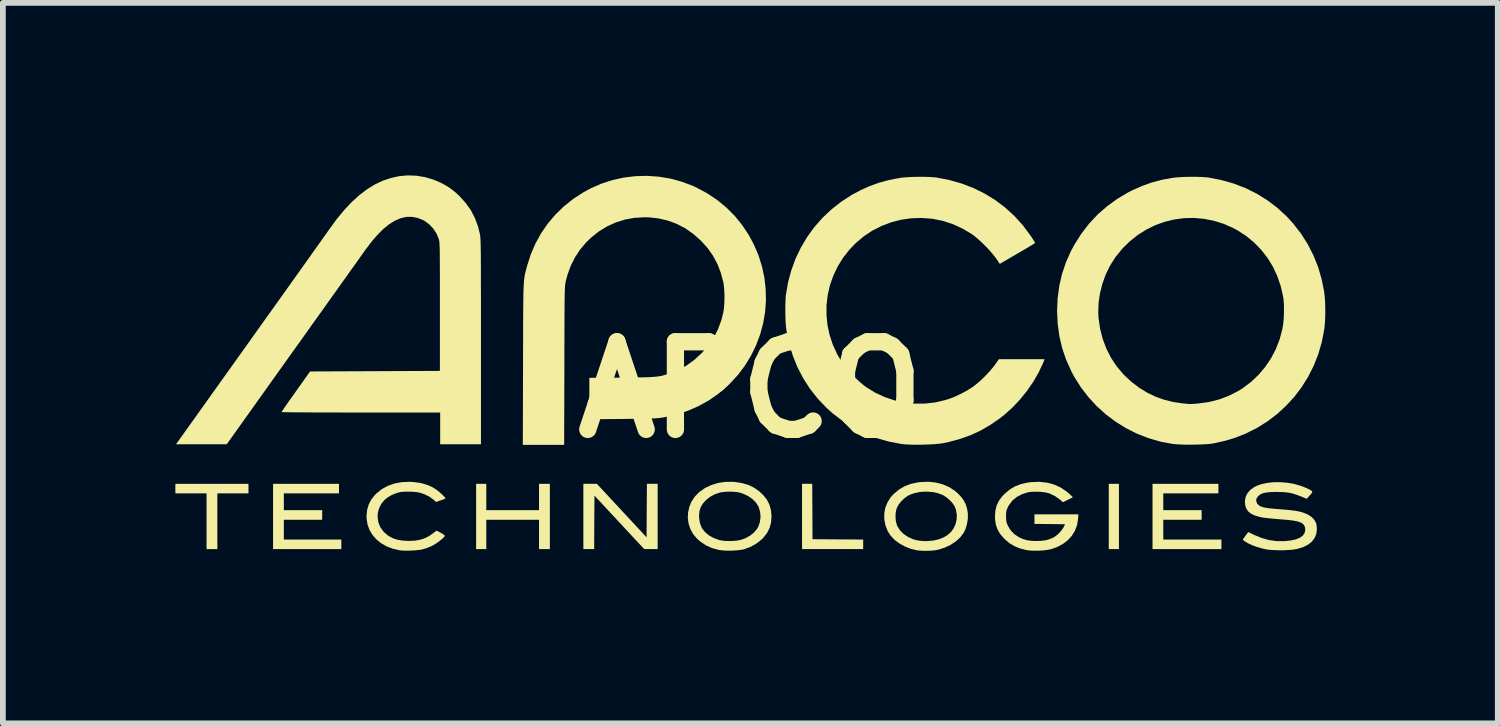
<source format=kicad_pcb>
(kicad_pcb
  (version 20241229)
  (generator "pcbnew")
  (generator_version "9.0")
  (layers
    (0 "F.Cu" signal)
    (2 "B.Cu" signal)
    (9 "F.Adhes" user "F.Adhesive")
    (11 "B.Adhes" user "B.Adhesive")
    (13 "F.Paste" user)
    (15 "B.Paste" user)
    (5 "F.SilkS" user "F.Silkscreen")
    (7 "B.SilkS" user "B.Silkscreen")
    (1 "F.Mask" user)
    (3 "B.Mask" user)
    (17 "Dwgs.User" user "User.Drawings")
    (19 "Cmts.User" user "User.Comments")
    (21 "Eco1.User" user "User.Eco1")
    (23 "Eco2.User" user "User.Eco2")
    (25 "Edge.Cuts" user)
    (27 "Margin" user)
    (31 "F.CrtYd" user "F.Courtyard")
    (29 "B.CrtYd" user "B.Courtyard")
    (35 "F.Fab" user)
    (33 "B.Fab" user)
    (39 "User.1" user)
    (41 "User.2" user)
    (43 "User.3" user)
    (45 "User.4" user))
  (footprint "APCO"
    (layer "F.Cu")
    (at 10.002 3.728)
    (property "Reference" "APCO" (at 0 0 0) (layer "F.SilkS") (effects (font (size 1.524 1.524) (thickness 0.3))))
    (attr board_only exclude_from_pos_files exclude_from_bom)
    (fp_poly (pts (xy 6.407 2.771) (xy 6.23 2.771) (xy 6.23 1.636) (xy 6.407 1.636)) (stroke (width 0) (type solid)) (fill yes) (layer "F.SilkS"))
    (fp_poly (pts (xy -8.731 1.802) (xy -9.272 1.802) (xy -9.272 2.771) (xy -9.46 2.771) (xy -9.46 1.802) (xy -10.002 1.802) (xy -10.002 1.636) (xy -8.731 1.636)) (stroke (width 0) (type solid)) (fill yes) (layer "F.SilkS"))
    (fp_poly (pts (xy 1.076 2.118) (xy 1.078 2.599) (xy 1.518 2.602) (xy 1.959 2.605) (xy 1.959 2.771) (xy 0.896 2.771) (xy 0.896 1.636) (xy 1.073 1.636)) (stroke (width 0) (type solid)) (fill yes) (layer "F.SilkS"))
    (fp_poly (pts (xy -7.157 1.802) (xy -8.116 1.802) (xy -8.116 2.094) (xy -7.449 2.094) (xy -7.449 2.261) (xy -8.116 2.261) (xy -8.116 2.605) (xy -7.116 2.605) (xy -7.116 2.771) (xy -8.303 2.771) (xy -8.303 1.636) (xy -7.157 1.636)) (stroke (width 0) (type solid)) (fill yes) (layer "F.SilkS"))
    (fp_poly (pts (xy -4.595 2.094) (xy -3.678 2.094) (xy -3.678 1.636) (xy -3.49 1.636) (xy -3.49 2.771) (xy -3.678 2.771) (xy -3.678 2.261) (xy -4.595 2.261) (xy -4.595 2.771) (xy -4.772 2.771) (xy -4.772 1.636) (xy -4.595 1.636)) (stroke (width 0) (type solid)) (fill yes) (layer "F.SilkS"))
    (fp_poly (pts (xy 8.137 1.802) (xy 7.178 1.802) (xy 7.178 2.094) (xy 7.845 2.094) (xy 7.845 2.261) (xy 7.178 2.261) (xy 7.178 2.605) (xy 8.189 2.605) (xy 8.189 2.771) (xy 6.991 2.771) (xy 6.991 1.636) (xy 8.137 1.636)) (stroke (width 0) (type solid)) (fill yes) (layer "F.SilkS"))
    (fp_poly (pts (xy -2.24 2.101) (xy -1.808 2.566) (xy -1.802 1.636) (xy -1.615 1.636) (xy -1.615 2.771) (xy -1.849 2.771) (xy -2.282 2.306) (xy -2.714 1.841) (xy -2.717 2.306) (xy -2.719 2.771) (xy -2.907 2.771) (xy -2.907 1.636) (xy -2.672 1.636)) (stroke (width 0) (type solid)) (fill yes) (layer "F.SilkS"))
    (fp_poly (pts (xy -5.855 1.605) (xy -5.731 1.623) (xy -5.622 1.654) (xy -5.524 1.699) (xy -5.434 1.759) (xy -5.379 1.807) (xy -5.346 1.839) (xy -5.321 1.865) (xy -5.306 1.883) (xy -5.304 1.89) (xy -5.315 1.896) (xy -5.342 1.906) (xy -5.378 1.92) (xy -5.389 1.924) (xy -5.468 1.951) (xy -5.518 1.908) (xy -5.584 1.86) (xy -5.663 1.82) (xy -5.748 1.791) (xy -5.769 1.786) (xy -5.824 1.778) (xy -5.891 1.773) (xy -5.962 1.772) (xy -6.03 1.774) (xy -6.088 1.779) (xy -6.107 1.783) (xy -6.174 1.803) (xy -6.245 1.834) (xy -6.31 1.872) (xy -6.363 1.914) (xy -6.364 1.915) (xy -6.421 1.984) (xy -6.46 2.061) (xy -6.482 2.142) (xy -6.485 2.226) (xy -6.471 2.308) (xy -6.44 2.387) (xy -6.39 2.458) (xy -6.362 2.487) (xy -6.295 2.542) (xy -6.221 2.582) (xy -6.138 2.609) (xy -6.042 2.624) (xy -5.938 2.629) (xy -5.835 2.624) (xy -5.746 2.609) (xy -5.666 2.583) (xy -5.59 2.544) (xy -5.529 2.502) (xy -5.459 2.449) (xy -5.386 2.488) (xy -5.347 2.511) (xy -5.323 2.529) (xy -5.316 2.542) (xy -5.327 2.559) (xy -5.351 2.584) (xy -5.386 2.613) (xy -5.428 2.645) (xy -5.473 2.676) (xy -5.517 2.703) (xy -5.548 2.719) (xy -5.598 2.741) (xy -5.654 2.761) (xy -5.704 2.775) (xy -5.709 2.777) (xy -5.764 2.786) (xy -5.833 2.793) (xy -5.908 2.797) (xy -5.982 2.799) (xy -6.049 2.797) (xy -6.1 2.792) (xy -6.22 2.765) (xy -6.328 2.724) (xy -6.424 2.669) (xy -6.507 2.602) (xy -6.575 2.524) (xy -6.626 2.437) (xy -6.661 2.341) (xy -6.677 2.237) (xy -6.678 2.199) (xy -6.668 2.093) (xy -6.641 1.997) (xy -6.595 1.909) (xy -6.53 1.827) (xy -6.501 1.799) (xy -6.409 1.726) (xy -6.305 1.67) (xy -6.19 1.63) (xy -6.065 1.607) (xy -5.931 1.601)) (stroke (width 0) (type solid)) (fill yes) (layer "F.SilkS"))
    (fp_poly (pts (xy 3.22 1.613) (xy 3.341 1.644) (xy 3.452 1.692) (xy 3.553 1.757) (xy 3.616 1.813) (xy 3.673 1.875) (xy 3.714 1.935) (xy 3.745 2.001) (xy 3.767 2.073) (xy 3.78 2.155) (xy 3.779 2.244) (xy 3.765 2.334) (xy 3.74 2.419) (xy 3.707 2.488) (xy 3.647 2.567) (xy 3.571 2.637) (xy 3.48 2.697) (xy 3.379 2.745) (xy 3.27 2.78) (xy 3.209 2.792) (xy 3.156 2.797) (xy 3.091 2.8) (xy 3.022 2.801) (xy 2.957 2.798) (xy 2.903 2.793) (xy 2.895 2.792) (xy 2.786 2.766) (xy 2.683 2.725) (xy 2.589 2.673) (xy 2.506 2.611) (xy 2.438 2.54) (xy 2.388 2.463) (xy 2.387 2.461) (xy 2.347 2.361) (xy 2.327 2.258) (xy 2.326 2.201) (xy 2.521 2.201) (xy 2.526 2.277) (xy 2.543 2.346) (xy 2.556 2.377) (xy 2.601 2.448) (xy 2.664 2.51) (xy 2.741 2.561) (xy 2.828 2.6) (xy 2.908 2.621) (xy 2.992 2.631) (xy 3.083 2.631) (xy 3.174 2.623) (xy 3.255 2.606) (xy 3.277 2.599) (xy 3.351 2.571) (xy 3.411 2.537) (xy 3.464 2.494) (xy 3.482 2.477) (xy 3.531 2.412) (xy 3.566 2.336) (xy 3.585 2.254) (xy 3.587 2.17) (xy 3.573 2.088) (xy 3.545 2.018) (xy 3.511 1.97) (xy 3.465 1.92) (xy 3.411 1.874) (xy 3.357 1.838) (xy 3.34 1.829) (xy 3.252 1.797) (xy 3.155 1.778) (xy 3.053 1.771) (xy 2.952 1.777) (xy 2.856 1.796) (xy 2.769 1.827) (xy 2.731 1.847) (xy 2.673 1.889) (xy 2.619 1.942) (xy 2.574 1.999) (xy 2.544 2.056) (xy 2.542 2.06) (xy 2.526 2.126) (xy 2.521 2.201) (xy 2.326 2.201) (xy 2.326 2.156) (xy 2.343 2.056) (xy 2.38 1.962) (xy 2.434 1.874) (xy 2.488 1.814) (xy 2.579 1.737) (xy 2.678 1.679) (xy 2.788 1.637) (xy 2.91 1.611) (xy 2.952 1.606) (xy 3.09 1.6)) (stroke (width 0) (type solid)) (fill yes) (layer "F.SilkS"))
    (fp_poly (pts (xy 5.157 1.616) (xy 5.279 1.648) (xy 5.392 1.7) (xy 5.497 1.77) (xy 5.54 1.807) (xy 5.607 1.869) (xy 5.434 1.956) (xy 5.388 1.916) (xy 5.3 1.852) (xy 5.201 1.804) (xy 5.19 1.801) (xy 5.137 1.787) (xy 5.071 1.778) (xy 4.997 1.773) (xy 4.924 1.773) (xy 4.857 1.778) (xy 4.813 1.786) (xy 4.712 1.82) (xy 4.625 1.868) (xy 4.553 1.929) (xy 4.497 2.002) (xy 4.477 2.039) (xy 4.46 2.076) (xy 4.45 2.107) (xy 4.445 2.139) (xy 4.444 2.181) (xy 4.444 2.203) (xy 4.445 2.252) (xy 4.449 2.288) (xy 4.457 2.32) (xy 4.471 2.355) (xy 4.477 2.368) (xy 4.525 2.446) (xy 4.589 2.512) (xy 4.667 2.564) (xy 4.679 2.57) (xy 4.741 2.597) (xy 4.801 2.615) (xy 4.866 2.625) (xy 4.942 2.63) (xy 4.98 2.63) (xy 5.069 2.626) (xy 5.144 2.615) (xy 5.212 2.595) (xy 5.265 2.571) (xy 5.312 2.541) (xy 5.361 2.498) (xy 5.405 2.45) (xy 5.438 2.402) (xy 5.444 2.392) (xy 5.47 2.339) (xy 5.204 2.336) (xy 4.938 2.333) (xy 4.938 2.167) (xy 5.702 2.167) (xy 5.696 2.249) (xy 5.678 2.355) (xy 5.641 2.453) (xy 5.587 2.541) (xy 5.516 2.618) (xy 5.429 2.684) (xy 5.327 2.737) (xy 5.229 2.772) (xy 5.17 2.784) (xy 5.098 2.793) (xy 5.018 2.798) (xy 4.937 2.799) (xy 4.862 2.796) (xy 4.8 2.788) (xy 4.798 2.788) (xy 4.684 2.759) (xy 4.586 2.718) (xy 4.498 2.665) (xy 4.417 2.595) (xy 4.412 2.59) (xy 4.345 2.513) (xy 4.298 2.435) (xy 4.267 2.352) (xy 4.253 2.259) (xy 4.251 2.203) (xy 4.258 2.104) (xy 4.279 2.016) (xy 4.317 1.935) (xy 4.373 1.858) (xy 4.416 1.812) (xy 4.504 1.738) (xy 4.6 1.68) (xy 4.707 1.639) (xy 4.826 1.613) (xy 4.884 1.606) (xy 5.025 1.601)) (stroke (width 0) (type solid)) (fill yes) (layer "F.SilkS"))
    (fp_poly (pts (xy -0.271 1.604) (xy -0.146 1.624) (xy -0.036 1.656) (xy 0.061 1.703) (xy 0.15 1.765) (xy 0.22 1.83) (xy 0.284 1.91) (xy 0.328 1.996) (xy 0.355 2.091) (xy 0.365 2.196) (xy 0.365 2.203) (xy 0.357 2.308) (xy 0.332 2.402) (xy 0.289 2.488) (xy 0.227 2.569) (xy 0.192 2.604) (xy 0.104 2.674) (xy 0.005 2.73) (xy -0.101 2.77) (xy -0.125 2.777) (xy -0.183 2.787) (xy -0.255 2.794) (xy -0.333 2.798) (xy -0.413 2.798) (xy -0.486 2.794) (xy -0.545 2.787) (xy -0.546 2.787) (xy -0.668 2.754) (xy -0.778 2.704) (xy -0.877 2.637) (xy -0.933 2.587) (xy -0.999 2.508) (xy -1.047 2.42) (xy -1.077 2.327) (xy -1.091 2.231) (xy -1.088 2.18) (xy -0.895 2.18) (xy -0.891 2.259) (xy -0.875 2.335) (xy -0.847 2.402) (xy -0.839 2.416) (xy -0.788 2.479) (xy -0.721 2.534) (xy -0.641 2.578) (xy -0.552 2.611) (xy -0.508 2.621) (xy -0.446 2.629) (xy -0.374 2.631) (xy -0.299 2.629) (xy -0.228 2.622) (xy -0.17 2.611) (xy -0.168 2.611) (xy -0.083 2.58) (xy -0.006 2.536) (xy 0.06 2.483) (xy 0.112 2.422) (xy 0.134 2.384) (xy 0.163 2.301) (xy 0.174 2.212) (xy 0.167 2.124) (xy 0.142 2.04) (xy 0.135 2.025) (xy 0.093 1.961) (xy 0.034 1.902) (xy -0.038 1.851) (xy -0.12 1.811) (xy -0.192 1.787) (xy -0.247 1.778) (xy -0.315 1.773) (xy -0.388 1.772) (xy -0.458 1.776) (xy -0.519 1.785) (xy -0.53 1.787) (xy -0.62 1.817) (xy -0.702 1.861) (xy -0.774 1.918) (xy -0.832 1.984) (xy -0.865 2.039) (xy -0.886 2.104) (xy -0.895 2.18) (xy -1.088 2.18) (xy -1.086 2.133) (xy -1.065 2.038) (xy -1.027 1.946) (xy -0.972 1.862) (xy -0.9 1.787) (xy -0.888 1.776) (xy -0.79 1.708) (xy -0.68 1.656) (xy -0.56 1.62) (xy -0.435 1.602) (xy -0.305 1.601)) (stroke (width 0) (type solid)) (fill yes) (layer "F.SilkS"))
    (fp_poly (pts (xy 9.34 1.618) (xy 9.458 1.639) (xy 9.571 1.671) (xy 9.663 1.708) (xy 9.714 1.732) (xy 9.747 1.75) (xy 9.765 1.765) (xy 9.769 1.78) (xy 9.76 1.797) (xy 9.741 1.821) (xy 9.727 1.836) (xy 9.672 1.896) (xy 9.582 1.859) (xy 9.506 1.83) (xy 9.441 1.808) (xy 9.379 1.793) (xy 9.316 1.784) (xy 9.245 1.779) (xy 9.159 1.777) (xy 9.158 1.777) (xy 9.07 1.778) (xy 9 1.783) (xy 8.944 1.791) (xy 8.899 1.804) (xy 8.862 1.823) (xy 8.83 1.848) (xy 8.828 1.85) (xy 8.801 1.887) (xy 8.793 1.928) (xy 8.805 1.968) (xy 8.815 1.984) (xy 8.833 2.003) (xy 8.854 2.019) (xy 8.882 2.033) (xy 8.918 2.044) (xy 8.964 2.053) (xy 9.024 2.062) (xy 9.1 2.069) (xy 9.193 2.077) (xy 9.212 2.079) (xy 9.304 2.086) (xy 9.378 2.093) (xy 9.438 2.1) (xy 9.488 2.107) (xy 9.531 2.115) (xy 9.571 2.125) (xy 9.597 2.132) (xy 9.681 2.164) (xy 9.749 2.206) (xy 9.8 2.255) (xy 9.833 2.312) (xy 9.836 2.319) (xy 9.843 2.352) (xy 9.848 2.395) (xy 9.849 2.427) (xy 9.839 2.508) (xy 9.809 2.579) (xy 9.762 2.641) (xy 9.697 2.693) (xy 9.615 2.735) (xy 9.515 2.766) (xy 9.487 2.772) (xy 9.428 2.781) (xy 9.355 2.787) (xy 9.273 2.791) (xy 9.188 2.791) (xy 9.105 2.789) (xy 9.031 2.784) (xy 8.973 2.777) (xy 8.886 2.757) (xy 8.801 2.732) (xy 8.721 2.702) (xy 8.651 2.67) (xy 8.597 2.637) (xy 8.585 2.628) (xy 8.559 2.607) (xy 8.588 2.567) (xy 8.61 2.536) (xy 8.631 2.508) (xy 8.636 2.501) (xy 8.656 2.475) (xy 8.758 2.524) (xy 8.89 2.578) (xy 9.017 2.614) (xy 9.146 2.632) (xy 9.279 2.633) (xy 9.296 2.632) (xy 9.398 2.621) (xy 9.483 2.602) (xy 9.552 2.574) (xy 9.602 2.538) (xy 9.634 2.495) (xy 9.647 2.445) (xy 9.647 2.436) (xy 9.643 2.393) (xy 9.629 2.359) (xy 9.604 2.33) (xy 9.566 2.308) (xy 9.513 2.29) (xy 9.444 2.276) (xy 9.356 2.265) (xy 9.313 2.261) (xy 9.213 2.253) (xy 9.131 2.246) (xy 9.064 2.24) (xy 9.011 2.235) (xy 8.969 2.23) (xy 8.935 2.226) (xy 8.907 2.222) (xy 8.883 2.217) (xy 8.865 2.214) (xy 8.778 2.19) (xy 8.709 2.159) (xy 8.658 2.119) (xy 8.623 2.069) (xy 8.605 2.019) (xy 8.597 1.943) (xy 8.608 1.871) (xy 8.638 1.805) (xy 8.687 1.746) (xy 8.752 1.697) (xy 8.791 1.676) (xy 8.881 1.642) (xy 8.986 1.62) (xy 9.099 1.608) (xy 9.219 1.608)) (stroke (width 0) (type solid)) (fill yes) (layer "F.SilkS"))
    (fp_poly (pts (xy -5.809 -3.722) (xy -5.657 -3.697) (xy -5.508 -3.652) (xy -5.383 -3.598) (xy -5.299 -3.553) (xy -5.226 -3.507) (xy -5.157 -3.454) (xy -5.085 -3.39) (xy -5.066 -3.372) (xy -4.957 -3.253) (xy -4.866 -3.126) (xy -4.794 -2.988) (xy -4.739 -2.84) (xy -4.709 -2.72) (xy -4.707 -2.707) (xy -4.704 -2.693) (xy -4.702 -2.678) (xy -4.7 -2.661) (xy -4.698 -2.641) (xy -4.697 -2.617) (xy -4.695 -2.587) (xy -4.694 -2.552) (xy -4.693 -2.51) (xy -4.692 -2.459) (xy -4.691 -2.4) (xy -4.69 -2.33) (xy -4.69 -2.25) (xy -4.689 -2.158) (xy -4.689 -2.053) (xy -4.689 -1.934) (xy -4.689 -1.8) (xy -4.688 -1.651) (xy -4.688 -1.485) (xy -4.688 -1.3) (xy -4.688 -1.098) (xy -4.688 -0.875) (xy -4.688 0.948) (xy -5.397 0.948) (xy -5.397 0.396) (xy -6.777 0.396) (xy -6.945 0.396) (xy -7.107 0.396) (xy -7.262 0.395) (xy -7.408 0.395) (xy -7.545 0.395) (xy -7.672 0.394) (xy -7.786 0.393) (xy -7.888 0.393) (xy -7.975 0.392) (xy -8.046 0.391) (xy -8.101 0.39) (xy -8.138 0.389) (xy -8.156 0.388) (xy -8.157 0.388) (xy -8.151 0.378) (xy -8.134 0.353) (xy -8.108 0.315) (xy -8.073 0.265) (xy -8.032 0.205) (xy -7.984 0.138) (xy -7.932 0.065) (xy -7.908 0.031) (xy -7.66 -0.318) (xy -6.531 -0.323) (xy -5.402 -0.328) (xy -5.402 -1.443) (xy -5.402 -1.62) (xy -5.402 -1.778) (xy -5.402 -1.917) (xy -5.402 -2.039) (xy -5.403 -2.145) (xy -5.403 -2.236) (xy -5.404 -2.314) (xy -5.404 -2.38) (xy -5.405 -2.434) (xy -5.406 -2.479) (xy -5.408 -2.515) (xy -5.409 -2.544) (xy -5.411 -2.567) (xy -5.413 -2.585) (xy -5.416 -2.599) (xy -5.418 -2.611) (xy -5.421 -2.62) (xy -5.461 -2.717) (xy -5.518 -2.804) (xy -5.589 -2.878) (xy -5.672 -2.938) (xy -5.698 -2.952) (xy -5.792 -2.989) (xy -5.888 -3.007) (xy -5.984 -3.006) (xy -6.08 -2.985) (xy -6.178 -2.944) (xy -6.278 -2.883) (xy -6.379 -2.802) (xy -6.482 -2.7) (xy -6.588 -2.578) (xy -6.695 -2.436) (xy -6.71 -2.416) (xy -6.724 -2.396) (xy -6.749 -2.361) (xy -6.785 -2.31) (xy -6.831 -2.245) (xy -6.887 -2.167) (xy -6.952 -2.076) (xy -7.025 -1.973) (xy -7.106 -1.86) (xy -7.193 -1.737) (xy -7.288 -1.605) (xy -7.387 -1.465) (xy -7.492 -1.318) (xy -7.602 -1.165) (xy -7.715 -1.006) (xy -7.831 -0.843) (xy -7.948 -0.68) (xy -9.109 0.948) (xy -9.991 0.948) (xy -9.628 0.44) (xy -9.407 0.13) (xy -9.198 -0.163) (xy -9.001 -0.439) (xy -8.815 -0.699) (xy -8.641 -0.943) (xy -8.479 -1.171) (xy -8.327 -1.383) (xy -8.187 -1.579) (xy -8.058 -1.76) (xy -7.94 -1.926) (xy -7.833 -2.076) (xy -7.736 -2.212) (xy -7.65 -2.333) (xy -7.575 -2.439) (xy -7.509 -2.531) (xy -7.454 -2.609) (xy -7.408 -2.673) (xy -7.373 -2.723) (xy -7.347 -2.76) (xy -7.331 -2.783) (xy -7.2 -2.963) (xy -7.069 -3.122) (xy -6.938 -3.262) (xy -6.806 -3.382) (xy -6.673 -3.484) (xy -6.537 -3.568) (xy -6.399 -3.634) (xy -6.257 -3.682) (xy -6.112 -3.714) (xy -5.961 -3.728)) (stroke (width 0) (type solid)) (fill yes) (layer "F.SilkS"))
    (fp_poly (pts (xy 3.031 -3.703) (xy 3.118 -3.7) (xy 3.193 -3.695) (xy 3.235 -3.69) (xy 3.458 -3.647) (xy 3.673 -3.586) (xy 3.878 -3.507) (xy 4.073 -3.411) (xy 4.257 -3.298) (xy 4.429 -3.168) (xy 4.589 -3.022) (xy 4.735 -2.861) (xy 4.867 -2.684) (xy 4.888 -2.653) (xy 4.913 -2.614) (xy 4.933 -2.582) (xy 4.946 -2.561) (xy 4.949 -2.554) (xy 4.94 -2.547) (xy 4.916 -2.531) (xy 4.879 -2.508) (xy 4.832 -2.48) (xy 4.777 -2.447) (xy 4.753 -2.433) (xy 4.687 -2.395) (xy 4.618 -2.354) (xy 4.552 -2.316) (xy 4.494 -2.282) (xy 4.448 -2.255) (xy 4.446 -2.254) (xy 4.335 -2.189) (xy 4.27 -2.285) (xy 4.223 -2.346) (xy 4.165 -2.415) (xy 4.097 -2.487) (xy 4.026 -2.557) (xy 3.955 -2.622) (xy 3.889 -2.677) (xy 3.85 -2.705) (xy 3.69 -2.801) (xy 3.525 -2.878) (xy 3.354 -2.934) (xy 3.177 -2.971) (xy 3.149 -2.975) (xy 2.969 -2.988) (xy 2.79 -2.982) (xy 2.614 -2.956) (xy 2.443 -2.911) (xy 2.278 -2.848) (xy 2.12 -2.768) (xy 1.972 -2.67) (xy 1.835 -2.555) (xy 1.723 -2.44) (xy 1.61 -2.296) (xy 1.515 -2.142) (xy 1.439 -1.982) (xy 1.381 -1.816) (xy 1.342 -1.646) (xy 1.322 -1.474) (xy 1.321 -1.3) (xy 1.338 -1.126) (xy 1.375 -0.953) (xy 1.431 -0.784) (xy 1.506 -0.62) (xy 1.595 -0.469) (xy 1.639 -0.409) (xy 1.696 -0.341) (xy 1.761 -0.27) (xy 1.831 -0.2) (xy 1.9 -0.135) (xy 1.966 -0.08) (xy 2.009 -0.047) (xy 2.165 0.049) (xy 2.328 0.125) (xy 2.498 0.183) (xy 2.672 0.222) (xy 2.849 0.241) (xy 3.028 0.241) (xy 3.207 0.221) (xy 3.384 0.18) (xy 3.447 0.161) (xy 3.551 0.121) (xy 3.662 0.069) (xy 3.769 0.011) (xy 3.867 -0.051) (xy 3.872 -0.055) (xy 3.942 -0.11) (xy 4.018 -0.176) (xy 4.093 -0.251) (xy 4.164 -0.327) (xy 4.225 -0.4) (xy 4.251 -0.435) (xy 4.318 -0.531) (xy 5.114 -0.531) (xy 5.088 -0.466) (xy 5.011 -0.302) (xy 4.917 -0.138) (xy 4.807 0.021) (xy 4.684 0.173) (xy 4.55 0.314) (xy 4.408 0.441) (xy 4.34 0.494) (xy 4.173 0.61) (xy 4.004 0.708) (xy 3.829 0.789) (xy 3.645 0.855) (xy 3.449 0.908) (xy 3.35 0.929) (xy 3.29 0.938) (xy 3.214 0.945) (xy 3.127 0.95) (xy 3.032 0.954) (xy 2.936 0.956) (xy 2.842 0.956) (xy 2.754 0.953) (xy 2.679 0.949) (xy 2.625 0.943) (xy 2.403 0.901) (xy 2.189 0.84) (xy 1.985 0.761) (xy 1.79 0.663) (xy 1.605 0.546) (xy 1.43 0.412) (xy 1.323 0.316) (xy 1.172 0.158) (xy 1.037 -0.012) (xy 0.92 -0.194) (xy 0.819 -0.386) (xy 0.737 -0.588) (xy 0.673 -0.797) (xy 0.628 -1.014) (xy 0.619 -1.073) (xy 0.613 -1.134) (xy 0.609 -1.21) (xy 0.606 -1.295) (xy 0.605 -1.384) (xy 0.606 -1.472) (xy 0.608 -1.552) (xy 0.612 -1.62) (xy 0.615 -1.646) (xy 0.652 -1.865) (xy 0.709 -2.076) (xy 0.783 -2.279) (xy 0.876 -2.473) (xy 0.985 -2.657) (xy 1.111 -2.83) (xy 1.252 -2.99) (xy 1.409 -3.138) (xy 1.579 -3.271) (xy 1.762 -3.39) (xy 1.912 -3.47) (xy 2.075 -3.543) (xy 2.237 -3.601) (xy 2.405 -3.647) (xy 2.584 -3.681) (xy 2.605 -3.685) (xy 2.671 -3.692) (xy 2.752 -3.698) (xy 2.843 -3.702) (xy 2.937 -3.703)) (stroke (width 0) (type solid)) (fill yes) (layer "F.SilkS"))
    (fp_poly (pts (xy -1.598 -3.706) (xy -1.398 -3.673) (xy -1.202 -3.62) (xy -1.011 -3.549) (xy -0.948 -3.52) (xy -0.758 -3.419) (xy -0.584 -3.303) (xy -0.423 -3.172) (xy -0.278 -3.027) (xy -0.148 -2.868) (xy -0.032 -2.694) (xy 0.058 -2.526) (xy 0.139 -2.337) (xy 0.2 -2.142) (xy 0.242 -1.945) (xy 0.264 -1.746) (xy 0.268 -1.547) (xy 0.253 -1.349) (xy 0.219 -1.153) (xy 0.167 -0.961) (xy 0.097 -0.774) (xy 0.009 -0.594) (xy -0.096 -0.422) (xy -0.218 -0.259) (xy -0.358 -0.107) (xy -0.393 -0.073) (xy -0.552 0.064) (xy -0.722 0.183) (xy -0.903 0.284) (xy -1.094 0.367) (xy -1.295 0.432) (xy -1.507 0.479) (xy -1.542 0.485) (xy -1.57 0.489) (xy -1.602 0.493) (xy -1.64 0.496) (xy -1.685 0.498) (xy -1.74 0.5) (xy -1.806 0.502) (xy -1.885 0.504) (xy -1.98 0.505) (xy -2.091 0.506) (xy -2.221 0.508) (xy -2.227 0.508) (xy -2.803 0.513) (xy -2.803 -0.207) (xy -2.243 -0.211) (xy -2.112 -0.212) (xy -2 -0.214) (xy -1.905 -0.215) (xy -1.824 -0.217) (xy -1.756 -0.219) (xy -1.699 -0.223) (xy -1.65 -0.227) (xy -1.607 -0.232) (xy -1.568 -0.238) (xy -1.532 -0.246) (xy -1.496 -0.256) (xy -1.457 -0.267) (xy -1.415 -0.281) (xy -1.414 -0.281) (xy -1.26 -0.341) (xy -1.115 -0.42) (xy -0.979 -0.518) (xy -0.851 -0.635) (xy -0.846 -0.64) (xy -0.733 -0.77) (xy -0.639 -0.908) (xy -0.564 -1.056) (xy -0.506 -1.213) (xy -0.472 -1.351) (xy -0.462 -1.419) (xy -0.456 -1.5) (xy -0.453 -1.589) (xy -0.454 -1.678) (xy -0.459 -1.763) (xy -0.467 -1.836) (xy -0.472 -1.865) (xy -0.516 -2.032) (xy -0.576 -2.187) (xy -0.653 -2.331) (xy -0.747 -2.465) (xy -0.861 -2.591) (xy -0.864 -2.594) (xy -0.994 -2.709) (xy -1.132 -2.806) (xy -1.279 -2.883) (xy -1.433 -2.941) (xy -1.595 -2.979) (xy -1.764 -2.998) (xy -1.844 -3) (xy -2.015 -2.99) (xy -2.181 -2.96) (xy -2.34 -2.911) (xy -2.491 -2.843) (xy -2.634 -2.756) (xy -2.767 -2.651) (xy -2.858 -2.563) (xy -2.965 -2.436) (xy -3.054 -2.3) (xy -3.127 -2.154) (xy -3.184 -1.996) (xy -3.212 -1.891) (xy -3.215 -1.877) (xy -3.218 -1.863) (xy -3.221 -1.849) (xy -3.223 -1.831) (xy -3.225 -1.811) (xy -3.227 -1.786) (xy -3.228 -1.755) (xy -3.23 -1.718) (xy -3.231 -1.673) (xy -3.232 -1.619) (xy -3.233 -1.555) (xy -3.234 -1.479) (xy -3.234 -1.392) (xy -3.235 -1.29) (xy -3.235 -1.175) (xy -3.236 -1.043) (xy -3.236 -0.895) (xy -3.237 -0.729) (xy -3.237 -0.544) (xy -3.237 -0.419) (xy -3.241 0.958) (xy -3.96 0.958) (xy -3.956 -0.44) (xy -3.956 -0.643) (xy -3.955 -0.826) (xy -3.955 -0.991) (xy -3.955 -1.138) (xy -3.954 -1.269) (xy -3.953 -1.385) (xy -3.952 -1.488) (xy -3.951 -1.578) (xy -3.95 -1.656) (xy -3.948 -1.724) (xy -3.946 -1.783) (xy -3.943 -1.834) (xy -3.94 -1.878) (xy -3.937 -1.917) (xy -3.932 -1.951) (xy -3.928 -1.982) (xy -3.922 -2.011) (xy -3.916 -2.039) (xy -3.909 -2.067) (xy -3.901 -2.096) (xy -3.892 -2.129) (xy -3.885 -2.155) (xy -3.822 -2.353) (xy -3.741 -2.542) (xy -3.642 -2.721) (xy -3.526 -2.889) (xy -3.394 -3.045) (xy -3.247 -3.188) (xy -3.086 -3.317) (xy -2.911 -3.431) (xy -2.783 -3.501) (xy -2.596 -3.583) (xy -2.402 -3.646) (xy -2.204 -3.69) (xy -2.003 -3.714) (xy -1.8 -3.72)) (stroke (width 0) (type solid)) (fill yes) (layer "F.SilkS"))
    (fp_poly (pts (xy 7.759 -3.703) (xy 7.846 -3.7) (xy 7.921 -3.695) (xy 7.965 -3.69) (xy 8.188 -3.647) (xy 8.402 -3.586) (xy 8.608 -3.507) (xy 8.803 -3.41) (xy 8.987 -3.296) (xy 9.159 -3.166) (xy 9.32 -3.019) (xy 9.436 -2.892) (xy 9.572 -2.717) (xy 9.69 -2.532) (xy 9.789 -2.338) (xy 9.871 -2.133) (xy 9.933 -1.919) (xy 9.977 -1.698) (xy 9.986 -1.615) (xy 9.993 -1.518) (xy 9.995 -1.412) (xy 9.995 -1.304) (xy 9.991 -1.199) (xy 9.984 -1.104) (xy 9.977 -1.048) (xy 9.935 -0.83) (xy 9.874 -0.62) (xy 9.795 -0.419) (xy 9.698 -0.227) (xy 9.585 -0.046) (xy 9.457 0.123) (xy 9.313 0.28) (xy 9.156 0.424) (xy 8.985 0.553) (xy 8.802 0.667) (xy 8.607 0.764) (xy 8.434 0.833) (xy 8.333 0.865) (xy 8.22 0.895) (xy 8.102 0.922) (xy 8.048 0.933) (xy 7.994 0.941) (xy 7.923 0.947) (xy 7.841 0.951) (xy 7.751 0.954) (xy 7.658 0.955) (xy 7.566 0.955) (xy 7.48 0.952) (xy 7.404 0.948) (xy 7.343 0.942) (xy 7.34 0.942) (xy 7.128 0.902) (xy 6.922 0.842) (xy 6.723 0.765) (xy 6.532 0.669) (xy 6.351 0.557) (xy 6.18 0.429) (xy 6.022 0.286) (xy 5.877 0.129) (xy 5.746 -0.041) (xy 5.631 -0.223) (xy 5.576 -0.328) (xy 5.487 -0.526) (xy 5.419 -0.727) (xy 5.371 -0.931) (xy 5.342 -1.142) (xy 5.332 -1.344) (xy 6.047 -1.344) (xy 6.052 -1.25) (xy 6.079 -1.062) (xy 6.125 -0.883) (xy 6.189 -0.713) (xy 6.271 -0.553) (xy 6.37 -0.404) (xy 6.487 -0.266) (xy 6.62 -0.141) (xy 6.769 -0.028) (xy 6.772 -0.026) (xy 6.906 0.055) (xy 7.045 0.121) (xy 7.191 0.173) (xy 7.347 0.212) (xy 7.516 0.237) (xy 7.642 0.249) (xy 7.66 0.248) (xy 7.694 0.246) (xy 7.739 0.243) (xy 7.783 0.239) (xy 7.97 0.214) (xy 8.148 0.169) (xy 8.317 0.106) (xy 8.477 0.024) (xy 8.559 -0.027) (xy 8.705 -0.137) (xy 8.837 -0.262) (xy 8.953 -0.4) (xy 9.054 -0.55) (xy 9.137 -0.711) (xy 9.203 -0.881) (xy 9.25 -1.06) (xy 9.253 -1.076) (xy 9.264 -1.148) (xy 9.272 -1.234) (xy 9.276 -1.326) (xy 9.277 -1.418) (xy 9.275 -1.505) (xy 9.268 -1.581) (xy 9.263 -1.615) (xy 9.221 -1.8) (xy 9.161 -1.976) (xy 9.084 -2.141) (xy 8.99 -2.294) (xy 8.88 -2.435) (xy 8.756 -2.563) (xy 8.617 -2.676) (xy 8.464 -2.775) (xy 8.394 -2.812) (xy 8.227 -2.886) (xy 8.056 -2.939) (xy 7.884 -2.973) (xy 7.71 -2.988) (xy 7.538 -2.984) (xy 7.367 -2.961) (xy 7.2 -2.92) (xy 7.038 -2.862) (xy 6.883 -2.785) (xy 6.735 -2.692) (xy 6.596 -2.582) (xy 6.467 -2.455) (xy 6.351 -2.312) (xy 6.339 -2.296) (xy 6.251 -2.156) (xy 6.177 -2.004) (xy 6.119 -1.843) (xy 6.077 -1.677) (xy 6.053 -1.51) (xy 6.047 -1.344) (xy 5.332 -1.344) (xy 5.331 -1.36) (xy 5.331 -1.37) (xy 5.341 -1.593) (xy 5.37 -1.808) (xy 5.418 -2.016) (xy 5.486 -2.218) (xy 5.574 -2.415) (xy 5.637 -2.531) (xy 5.756 -2.718) (xy 5.89 -2.891) (xy 6.039 -3.05) (xy 6.203 -3.193) (xy 6.38 -3.321) (xy 6.57 -3.434) (xy 6.642 -3.47) (xy 6.809 -3.544) (xy 6.974 -3.603) (xy 7.145 -3.649) (xy 7.327 -3.683) (xy 7.335 -3.684) (xy 7.401 -3.692) (xy 7.482 -3.698) (xy 7.572 -3.702) (xy 7.666 -3.703)) (stroke (width 0) (type solid)) (fill yes) (layer "F.SilkS")))
  (gr_rect
    (start -3 -3)
    (end 22.997 9.529)
    (stroke (width 0.1) (type default))
    (fill no)
    (layer "Edge.Cuts")))
</source>
